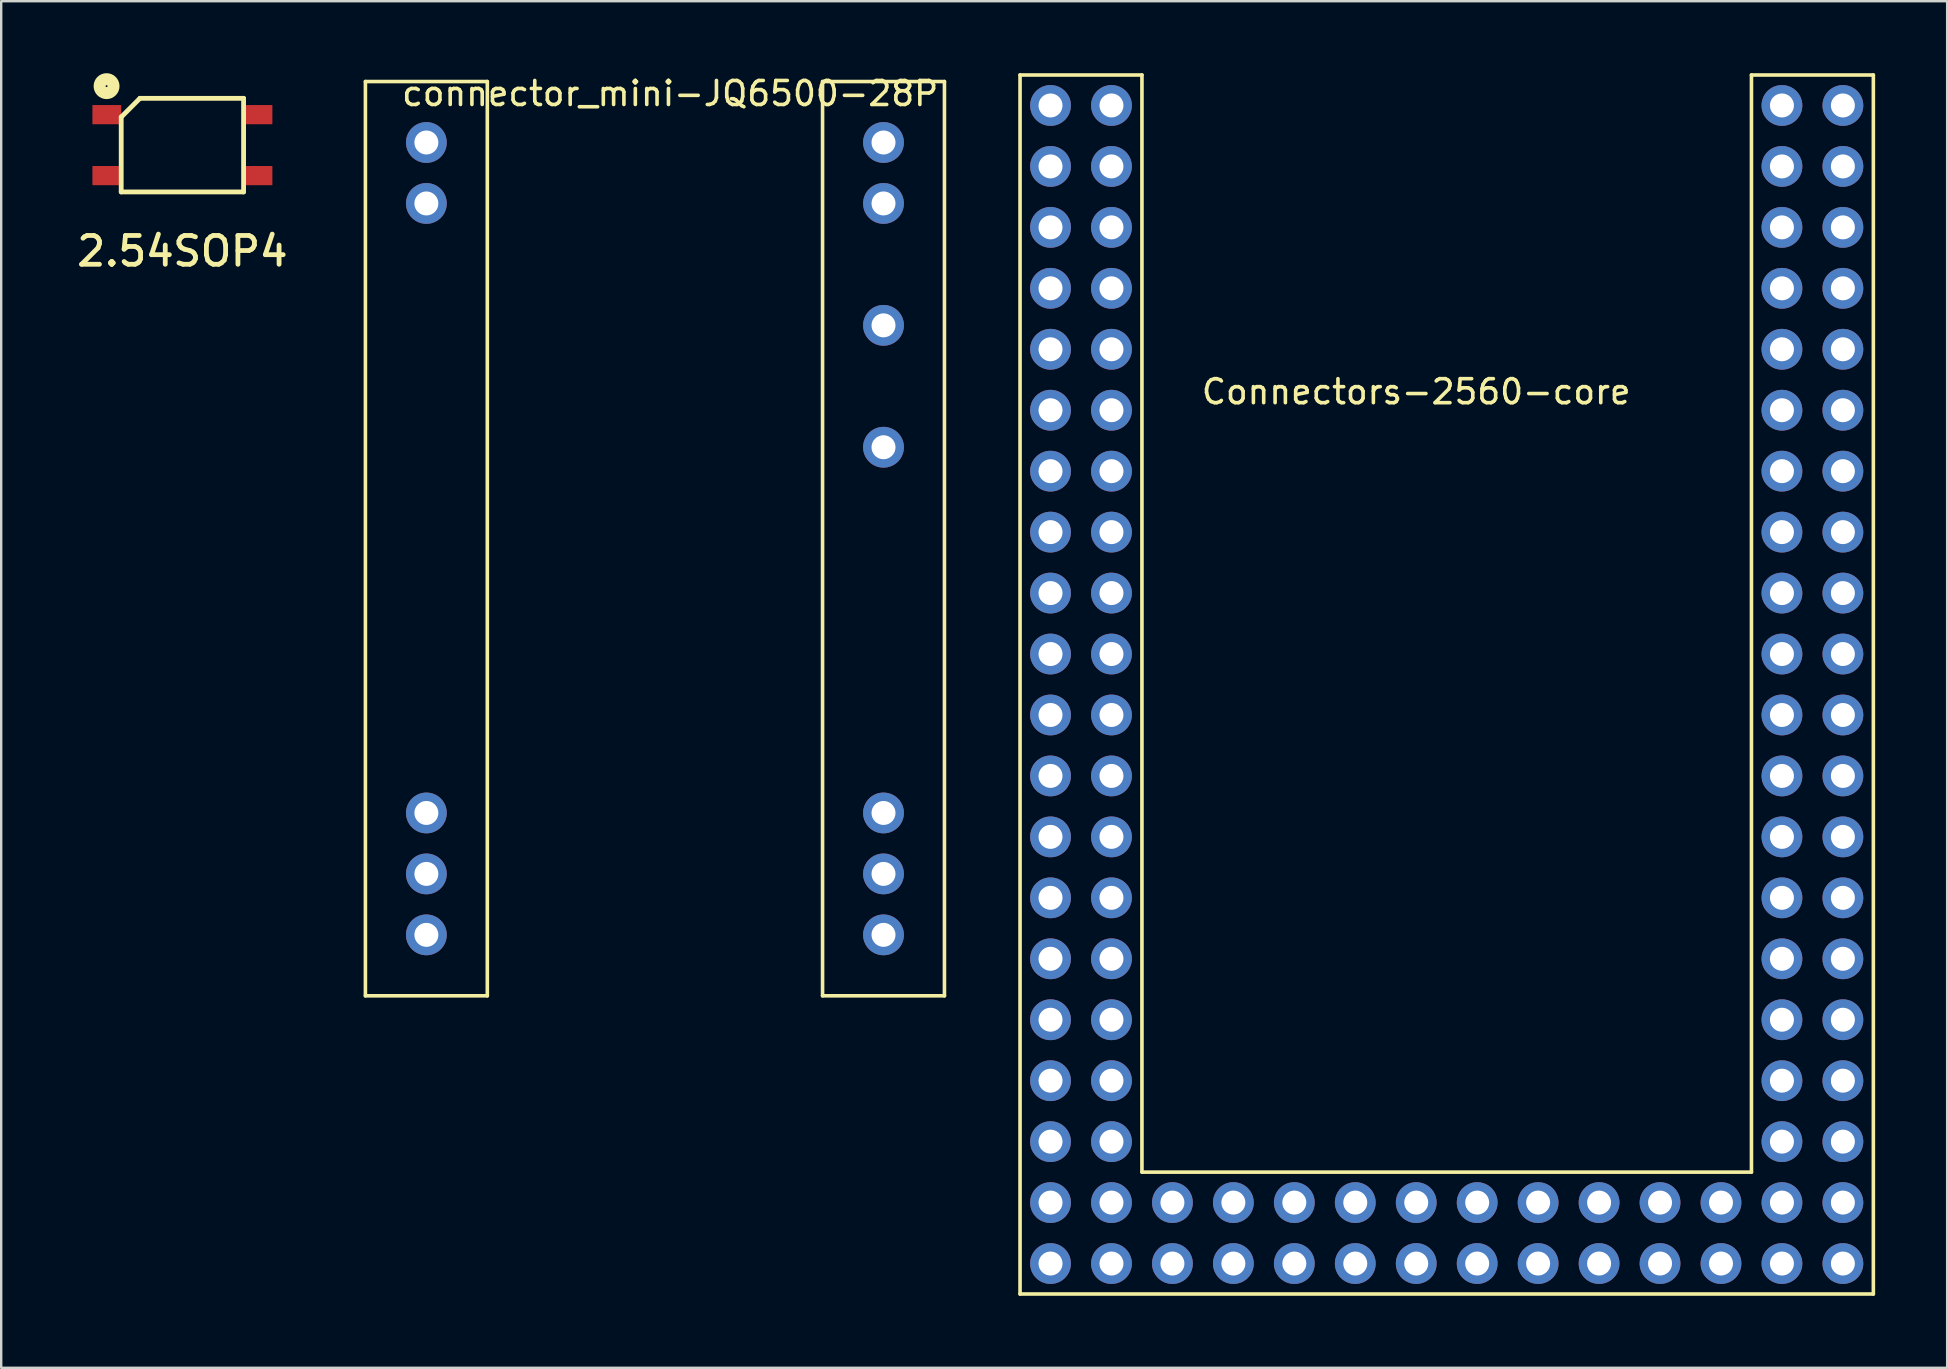
<source format=kicad_pcb>
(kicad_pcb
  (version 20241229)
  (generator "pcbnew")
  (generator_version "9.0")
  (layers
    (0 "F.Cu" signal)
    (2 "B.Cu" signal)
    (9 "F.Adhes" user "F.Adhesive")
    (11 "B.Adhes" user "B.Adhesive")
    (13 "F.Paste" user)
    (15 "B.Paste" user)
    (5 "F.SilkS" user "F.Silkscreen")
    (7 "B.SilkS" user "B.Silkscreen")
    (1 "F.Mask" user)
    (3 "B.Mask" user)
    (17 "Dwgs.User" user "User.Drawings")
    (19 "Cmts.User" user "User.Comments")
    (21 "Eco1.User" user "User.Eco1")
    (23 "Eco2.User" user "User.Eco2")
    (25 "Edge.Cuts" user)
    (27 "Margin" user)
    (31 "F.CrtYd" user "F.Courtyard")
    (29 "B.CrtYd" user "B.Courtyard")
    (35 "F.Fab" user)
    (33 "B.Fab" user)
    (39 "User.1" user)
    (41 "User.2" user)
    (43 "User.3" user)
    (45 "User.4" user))
  (footprint "2.54SOP4"
    (layer "F.Cu")
    (at 4.551 2.998)
    (property "Reference" "2.54SOP4" (at 0 4.42 0) (layer "F.SilkS") (effects (font (size 1.2 1.2) (thickness 0.2))))
    (attr through_hole)
    (fp_line (start -2.55 -1.17) (end -2.55 1.95) (stroke (width 0.2) (type solid)) (layer "F.SilkS"))
    (fp_line (start -2.55 1.95) (end 2.55 1.95) (stroke (width 0.2) (type solid)) (layer "F.SilkS"))
    (fp_line (start -1.77 -1.95) (end -2.55 -1.17) (stroke (width 0.2) (type solid)) (layer "F.SilkS"))
    (fp_line (start 2.55 -1.95) (end -1.77 -1.95) (stroke (width 0.2) (type solid)) (layer "F.SilkS"))
    (fp_line (start 2.55 1.95) (end 2.55 -1.95) (stroke (width 0.2) (type solid)) (layer "F.SilkS"))
    (fp_circle (center -3.16 -2.458) (end -3.16 -2.168) (stroke (width 0.5) (type solid)) (fill no) (layer "F.SilkS"))
    (pad "1" smd rect (at -3.15 -1.27) (size 1.2 0.8) (layers "F.Cu" "F.Mask" "F.Paste"))
    (pad "2" smd rect (at -3.15 1.27) (size 1.2 0.8) (layers "F.Cu" "F.Mask" "F.Paste"))
    (pad "3" smd rect (at 3.15 1.27) (size 1.2 0.8) (layers "F.Cu" "F.Mask" "F.Paste"))
    (pad "4" smd rect (at 3.15 -1.27) (size 1.2 0.8) (layers "F.Cu" "F.Mask" "F.Paste")))
  (footprint "connector_mini-JQ6500-28P"
    (layer "F.Cu")
    (at 24.878 0.348)
    (property "Reference" "connector_mini-JQ6500-28P" (at 0 0.5 0) (layer "F.SilkS") (effects (font (size 1 1) (thickness 0.15))))
    (attr through_hole)
    (fp_line (start -12.7 0) (end -12.7 38.1) (stroke (width 0.15) (type solid)) (layer "F.SilkS"))
    (fp_line (start -12.7 38.1) (end -7.62 38.1) (stroke (width 0.15) (type solid)) (layer "F.SilkS"))
    (fp_line (start -7.62 0) (end -12.7 0) (stroke (width 0.15) (type solid)) (layer "F.SilkS"))
    (fp_line (start -7.62 38.1) (end -7.62 0) (stroke (width 0.15) (type solid)) (layer "F.SilkS"))
    (fp_line (start 6.35 0) (end 6.35 38.1) (stroke (width 0.15) (type solid)) (layer "F.SilkS"))
    (fp_line (start 6.35 38.1) (end 11.43 38.1) (stroke (width 0.15) (type solid)) (layer "F.SilkS"))
    (fp_line (start 11.43 0) (end 6.35 0) (stroke (width 0.15) (type solid)) (layer "F.SilkS"))
    (fp_line (start 11.43 38.1) (end 11.43 0) (stroke (width 0.15) (type solid)) (layer "F.SilkS"))
    (pad "BUSY" thru_hole circle (at 8.89 15.24) (size 1.7 1.7) (drill 1) (layers "*.Cu" "*.Mask"))
    (pad "DACL" thru_hole circle (at 8.89 5.08) (size 1.7 1.7) (drill 1) (layers "*.Cu" "*.Mask"))
    (pad "DACR" thru_hole circle (at 8.89 2.54) (size 1.7 1.7) (drill 1) (layers "*.Cu" "*.Mask"))
    (pad "GND" thru_hole circle (at -10.16 30.48) (size 1.7 1.7) (drill 1) (layers "*.Cu" "*.Mask"))
    (pad "GND" thru_hole circle (at -10.16 33.02) (size 1.7 1.7) (drill 1) (layers "*.Cu" "*.Mask"))
    (pad "GND" thru_hole circle (at 8.89 30.48) (size 1.7 1.7) (drill 1) (layers "*.Cu" "*.Mask"))
    (pad "GND" thru_hole circle (at 8.89 33.02) (size 1.7 1.7) (drill 1) (layers "*.Cu" "*.Mask"))
    (pad "RX" thru_hole circle (at 8.89 10.16) (size 1.7 1.7) (drill 1) (layers "*.Cu" "*.Mask"))
    (pad "SPK+" thru_hole circle (at -10.16 2.54) (size 1.7 1.7) (drill 1) (layers "*.Cu" "*.Mask"))
    (pad "SPK-" thru_hole circle (at -10.16 5.08) (size 1.7 1.7) (drill 1) (layers "*.Cu" "*.Mask"))
    (pad "VCC" thru_hole circle (at -10.16 35.56) (size 1.7 1.7) (drill 1) (layers "*.Cu" "*.Mask"))
    (pad "VCC" thru_hole circle (at 8.89 35.56) (size 1.7 1.7) (drill 1) (layers "*.Cu" "*.Mask")))
  (footprint "Connectors-2560-core"
    (layer "F.Cu")
    (at 55.968 12.775)
    (property "Reference" "Connectors-2560-core" (at 0 0.5 0) (layer "F.SilkS") (effects (font (size 1 1) (thickness 0.15))))
    (attr through_hole)
    (fp_line (start -16.51 -12.7) (end -16.51 38.1) (stroke (width 0.15) (type solid)) (layer "F.SilkS"))
    (fp_line (start -16.51 -12.7) (end -11.43 -12.7) (stroke (width 0.15) (type solid)) (layer "F.SilkS"))
    (fp_line (start -16.51 38.1) (end 19.05 38.1) (stroke (width 0.15) (type solid)) (layer "F.SilkS"))
    (fp_line (start -11.43 33.02) (end -11.43 -12.7) (stroke (width 0.15) (type solid)) (layer "F.SilkS"))
    (fp_line (start 13.97 33.02) (end -11.43 33.02) (stroke (width 0.15) (type solid)) (layer "F.SilkS"))
    (fp_line (start 13.97 33.02) (end 13.97 -12.7) (stroke (width 0.15) (type solid)) (layer "F.SilkS"))
    (fp_line (start 19.05 -12.7) (end 13.97 -12.7) (stroke (width 0.15) (type solid)) (layer "F.SilkS"))
    (fp_line (start 19.05 38.1) (end 19.05 -12.7) (stroke (width 0.15) (type solid)) (layer "F.SilkS"))
    (pad "42" thru_hole circle (at -15.24 31.75) (size 1.7 1.7) (drill 1) (layers "*.Cu" "*.Mask"))
    (pad "43" thru_hole circle (at -12.7 31.75) (size 1.7 1.7) (drill 1) (layers "*.Cu" "*.Mask"))
    (pad "44" thru_hole circle (at -15.24 29.21) (size 1.7 1.7) (drill 1) (layers "*.Cu" "*.Mask"))
    (pad "45" thru_hole circle (at -12.7 29.21) (size 1.7 1.7) (drill 1) (layers "*.Cu" "*.Mask"))
    (pad "46" thru_hole circle (at -15.24 26.67) (size 1.7 1.7) (drill 1) (layers "*.Cu" "*.Mask"))
    (pad "47" thru_hole circle (at -12.7 26.67) (size 1.7 1.7) (drill 1) (layers "*.Cu" "*.Mask"))
    (pad "48" thru_hole circle (at -15.24 24.13) (size 1.7 1.7) (drill 1) (layers "*.Cu" "*.Mask"))
    (pad "49" thru_hole circle (at -12.7 24.13) (size 1.7 1.7) (drill 1) (layers "*.Cu" "*.Mask"))
    (pad "53" thru_hole circle (at -15.24 16.51) (size 1.7 1.7) (drill 1) (layers "*.Cu" "*.Mask"))
    (pad "A0" thru_hole circle (at 15.24 34.29) (size 1.7 1.7) (drill 1) (layers "*.Cu" "*.Mask"))
    (pad "A1" thru_hole circle (at 17.78 31.75) (size 1.7 1.7) (drill 1) (layers "*.Cu" "*.Mask"))
    (pad "A2" thru_hole circle (at 15.24 31.75) (size 1.7 1.7) (drill 1) (layers "*.Cu" "*.Mask"))
    (pad "A3" thru_hole circle (at 17.78 29.21) (size 1.7 1.7) (drill 1) (layers "*.Cu" "*.Mask"))
    (pad "A4" thru_hole circle (at 15.24 29.21) (size 1.7 1.7) (drill 1) (layers "*.Cu" "*.Mask"))
    (pad "A5" thru_hole circle (at 17.78 26.67) (size 1.7 1.7) (drill 1) (layers "*.Cu" "*.Mask"))
    (pad "A6" thru_hole circle (at 15.24 26.67) (size 1.7 1.7) (drill 1) (layers "*.Cu" "*.Mask"))
    (pad "A7" thru_hole circle (at 17.78 24.13) (size 1.7 1.7) (drill 1) (layers "*.Cu" "*.Mask"))
    (pad "A8" thru_hole circle (at 15.24 24.13) (size 1.7 1.7) (drill 1) (layers "*.Cu" "*.Mask"))
    (pad "A9" thru_hole circle (at 17.78 21.59) (size 1.7 1.7) (drill 1) (layers "*.Cu" "*.Mask"))
    (pad "A10" thru_hole circle (at 15.24 21.59) (size 1.7 1.7) (drill 1) (layers "*.Cu" "*.Mask"))
    (pad "A11" thru_hole circle (at 17.78 19.05) (size 1.7 1.7) (drill 1) (layers "*.Cu" "*.Mask"))
    (pad "A12" thru_hole circle (at 15.24 19.05) (size 1.7 1.7) (drill 1) (layers "*.Cu" "*.Mask"))
    (pad "A13" thru_hole circle (at 17.78 16.51) (size 1.7 1.7) (drill 1) (layers "*.Cu" "*.Mask"))
    (pad "A14" thru_hole circle (at 15.24 16.51) (size 1.7 1.7) (drill 1) (layers "*.Cu" "*.Mask"))
    (pad "A15" thru_hole circle (at 17.78 13.97) (size 1.7 1.7) (drill 1) (layers "*.Cu" "*.Mask"))
    (pad "D4" thru_hole circle (at -12.7 -8.89) (size 1.7 1.7) (drill 1) (layers "*.Cu" "*.Mask"))
    (pad "D14" thru_hole circle (at -12.7 1.27) (size 1.7 1.7) (drill 1) (layers "*.Cu" "*.Mask"))
    (pad "D15" thru_hole circle (at -15.24 1.27) (size 1.7 1.7) (drill 1) (layers "*.Cu" "*.Mask"))
    (pad "D16" thru_hole circle (at -12.7 3.81) (size 1.7 1.7) (drill 1) (layers "*.Cu" "*.Mask"))
    (pad "D17" thru_hole circle (at -15.24 3.81) (size 1.7 1.7) (drill 1) (layers "*.Cu" "*.Mask"))
    (pad "D18" thru_hole circle (at -12.7 6.35) (size 1.7 1.7) (drill 1) (layers "*.Cu" "*.Mask"))
    (pad "D19" thru_hole circle (at -15.24 6.35) (size 1.7 1.7) (drill 1) (layers "*.Cu" "*.Mask"))
    (pad "D20" thru_hole circle (at -12.7 8.89) (size 1.7 1.7) (drill 1) (layers "*.Cu" "*.Mask"))
    (pad "D21" thru_hole circle (at -15.24 8.89) (size 1.7 1.7) (drill 1) (layers "*.Cu" "*.Mask"))
    (pad "D22" thru_hole circle (at 17.78 -3.81) (size 1.7 1.7) (drill 1) (layers "*.Cu" "*.Mask"))
    (pad "D23" thru_hole circle (at 15.24 -1.27) (size 1.7 1.7) (drill 1) (layers "*.Cu" "*.Mask"))
    (pad "D24" thru_hole circle (at 17.78 -1.27) (size 1.7 1.7) (drill 1) (layers "*.Cu" "*.Mask"))
    (pad "D25" thru_hole circle (at 15.24 1.27) (size 1.7 1.7) (drill 1) (layers "*.Cu" "*.Mask"))
    (pad "D26" thru_hole circle (at 17.78 1.27) (size 1.7 1.7) (drill 1) (layers "*.Cu" "*.Mask"))
    (pad "D27" thru_hole circle (at 15.24 3.81) (size 1.7 1.7) (drill 1) (layers "*.Cu" "*.Mask"))
    (pad "D28" thru_hole circle (at 17.78 3.81) (size 1.7 1.7) (drill 1) (layers "*.Cu" "*.Mask"))
    (pad "D29" thru_hole circle (at 15.24 6.35) (size 1.7 1.7) (drill 1) (layers "*.Cu" "*.Mask"))
    (pad "D30" thru_hole circle (at 10.16 36.83) (size 1.7 1.7) (drill 1) (layers "*.Cu" "*.Mask"))
    (pad "D31" thru_hole circle (at 10.16 34.29) (size 1.7 1.7) (drill 1) (layers "*.Cu" "*.Mask"))
    (pad "D32" thru_hole circle (at 7.62 36.83) (size 1.7 1.7) (drill 1) (layers "*.Cu" "*.Mask"))
    (pad "D33" thru_hole circle (at 7.62 34.29) (size 1.7 1.7) (drill 1) (layers "*.Cu" "*.Mask"))
    (pad "D34" thru_hole circle (at 5.08 36.83) (size 1.7 1.7) (drill 1) (layers "*.Cu" "*.Mask"))
    (pad "D35" thru_hole circle (at 5.08 34.29) (size 1.7 1.7) (drill 1) (layers "*.Cu" "*.Mask"))
    (pad "D36" thru_hole circle (at 2.54 36.83) (size 1.7 1.7) (drill 1) (layers "*.Cu" "*.Mask"))
    (pad "D37" thru_hole circle (at 2.54 34.29) (size 1.7 1.7) (drill 1) (layers "*.Cu" "*.Mask"))
    (pad "D38" thru_hole circle (at -2.54 36.83) (size 1.7 1.7) (drill 1) (layers "*.Cu" "*.Mask"))
    (pad "D39" thru_hole circle (at 17.78 6.35) (size 1.7 1.7) (drill 1) (layers "*.Cu" "*.Mask"))
    (pad "D40" thru_hole circle (at 0 36.83) (size 1.7 1.7) (drill 1) (layers "*.Cu" "*.Mask"))
    (pad "D41" thru_hole circle (at 0 34.29) (size 1.7 1.7) (drill 1) (layers "*.Cu" "*.Mask"))
    (pad "GND" thru_hole circle (at -15.24 36.83) (size 1.7 1.7) (drill 1) (layers "*.Cu" "*.Mask"))
    (pad "GND" thru_hole circle (at -12.7 36.83) (size 1.7 1.7) (drill 1) (layers "*.Cu" "*.Mask"))
    (pad "GND" thru_hole circle (at -10.16 34.29) (size 1.7 1.7) (drill 1) (layers "*.Cu" "*.Mask"))
    (pad "GND" thru_hole circle (at -10.16 36.83) (size 1.7 1.7) (drill 1) (layers "*.Cu" "*.Mask"))
    (pad "GND" thru_hole circle (at 15.24 36.83) (size 1.7 1.7) (drill 1) (layers "*.Cu" "*.Mask"))
    (pad "GND" thru_hole circle (at 17.78 -6.35) (size 1.7 1.7) (drill 1) (layers "*.Cu" "*.Mask"))
    (pad "GND" thru_hole circle (at 17.78 36.83) (size 1.7 1.7) (drill 1) (layers "*.Cu" "*.Mask"))
    (pad "MISO" thru_hole circle (at 15.24 -11.43) (size 1.7 1.7) (drill 1) (layers "*.Cu" "*.Mask"))
    (pad "MOSI" thru_hole circle (at 17.78 -8.89) (size 1.7 1.7) (drill 1) (layers "*.Cu" "*.Mask"))
    (pad "NC" thru_hole circle (at -7.62 34.29) (size 1.7 1.7) (drill 1) (layers "*.Cu" "*.Mask"))
    (pad "PD4" thru_hole circle (at -5.08 34.29) (size 1.7 1.7) (drill 1) (layers "*.Cu" "*.Mask"))
    (pad "PD5" thru_hole circle (at -5.08 36.83) (size 1.7 1.7) (drill 1) (layers "*.Cu" "*.Mask"))
    (pad "PD6" thru_hole circle (at -2.54 34.29) (size 1.7 1.7) (drill 1) (layers "*.Cu" "*.Mask"))
    (pad "PE6" thru_hole circle (at -12.7 -1.27) (size 1.7 1.7) (drill 1) (layers "*.Cu" "*.Mask"))
    (pad "PE7" thru_hole circle (at -15.24 -1.27) (size 1.7 1.7) (drill 1) (layers "*.Cu" "*.Mask"))
    (pad "PG3" thru_hole circle (at -15.24 34.29) (size 1.7 1.7) (drill 1) (layers "*.Cu" "*.Mask"))
    (pad "PG4" thru_hole circle (at -7.62 36.83) (size 1.7 1.7) (drill 1) (layers "*.Cu" "*.Mask"))
    (pad "PH2" thru_hole circle (at -12.7 11.43) (size 1.7 1.7) (drill 1) (layers "*.Cu" "*.Mask"))
    (pad "PH7" thru_hole circle (at -12.7 34.29) (size 1.7 1.7) (drill 1) (layers "*.Cu" "*.Mask"))
    (pad "PJ2" thru_hole circle (at 15.24 13.97) (size 1.7 1.7) (drill 1) (layers "*.Cu" "*.Mask"))
    (pad "PJ3" thru_hole circle (at 17.78 11.43) (size 1.7 1.7) (drill 1) (layers "*.Cu" "*.Mask"))
    (pad "PJ4" thru_hole circle (at 15.24 11.43) (size 1.7 1.7) (drill 1) (layers "*.Cu" "*.Mask"))
    (pad "PJ5" thru_hole circle (at 17.78 8.89) (size 1.7 1.7) (drill 1) (layers "*.Cu" "*.Mask"))
    (pad "PJ6" thru_hole circle (at 15.24 8.89) (size 1.7 1.7) (drill 1) (layers "*.Cu" "*.Mask"))
    (pad "PJ7" thru_hole circle (at 15.24 -3.81) (size 1.7 1.7) (drill 1) (layers "*.Cu" "*.Mask"))
    (pad "PW10" thru_hole circle (at -12.7 19.05) (size 1.7 1.7) (drill 1) (layers "*.Cu" "*.Mask"))
    (pad "PW11" thru_hole circle (at -15.24 19.05) (size 1.7 1.7) (drill 1) (layers "*.Cu" "*.Mask"))
    (pad "PW12" thru_hole circle (at -12.7 21.59) (size 1.7 1.7) (drill 1) (layers "*.Cu" "*.Mask"))
    (pad "PW13" thru_hole circle (at -15.24 21.59) (size 1.7 1.7) (drill 1) (layers "*.Cu" "*.Mask"))
    (pad "PWD2" thru_hole circle (at -12.7 -3.81) (size 1.7 1.7) (drill 1) (layers "*.Cu" "*.Mask"))
    (pad "PWD3" thru_hole circle (at -15.24 -3.81) (size 1.7 1.7) (drill 1) (layers "*.Cu" "*.Mask"))
    (pad "PWD5" thru_hole circle (at -15.24 -6.35) (size 1.7 1.7) (drill 1) (layers "*.Cu" "*.Mask"))
    (pad "PWD6" thru_hole circle (at -15.24 11.43) (size 1.7 1.7) (drill 1) (layers "*.Cu" "*.Mask"))
    (pad "PWD7" thru_hole circle (at -12.7 13.97) (size 1.7 1.7) (drill 1) (layers "*.Cu" "*.Mask"))
    (pad "PWD8" thru_hole circle (at -15.24 13.97) (size 1.7 1.7) (drill 1) (layers "*.Cu" "*.Mask"))
    (pad "PWD9" thru_hole circle (at -12.7 16.51) (size 1.7 1.7) (drill 1) (layers "*.Cu" "*.Mask"))
    (pad "RESE" thru_hole circle (at 15.24 -6.35) (size 1.7 1.7) (drill 1) (layers "*.Cu" "*.Mask"))
    (pad "RXD" thru_hole circle (at -15.24 -8.89) (size 1.7 1.7) (drill 1) (layers "*.Cu" "*.Mask"))
    (pad "SCK" thru_hole circle (at 15.24 -8.89) (size 1.7 1.7) (drill 1) (layers "*.Cu" "*.Mask"))
    (pad "TXD" thru_hole circle (at -12.7 -6.35) (size 1.7 1.7) (drill 1) (layers "*.Cu" "*.Mask"))
    (pad "VCC" thru_hole circle (at -15.24 -11.43) (size 1.7 1.7) (drill 1) (layers "*.Cu" "*.Mask"))
    (pad "VCC" thru_hole circle (at -12.7 -11.43) (size 1.7 1.7) (drill 1) (layers "*.Cu" "*.Mask"))
    (pad "VCC" thru_hole circle (at 12.7 34.29) (size 1.7 1.7) (drill 1) (layers "*.Cu" "*.Mask"))
    (pad "VCC" thru_hole circle (at 12.7 36.83) (size 1.7 1.7) (drill 1) (layers "*.Cu" "*.Mask"))
    (pad "VCC" thru_hole circle (at 17.78 -11.43) (size 1.7 1.7) (drill 1) (layers "*.Cu" "*.Mask"))
    (pad "VREF" thru_hole circle (at 17.78 34.29) (size 1.7 1.7) (drill 1) (layers "*.Cu" "*.Mask")))
  (gr_rect
    (start -3 -3)
    (end 78.093 53.95)
    (stroke (width 0.1) (type default))
    (fill no)
    (layer "Edge.Cuts")))
</source>
